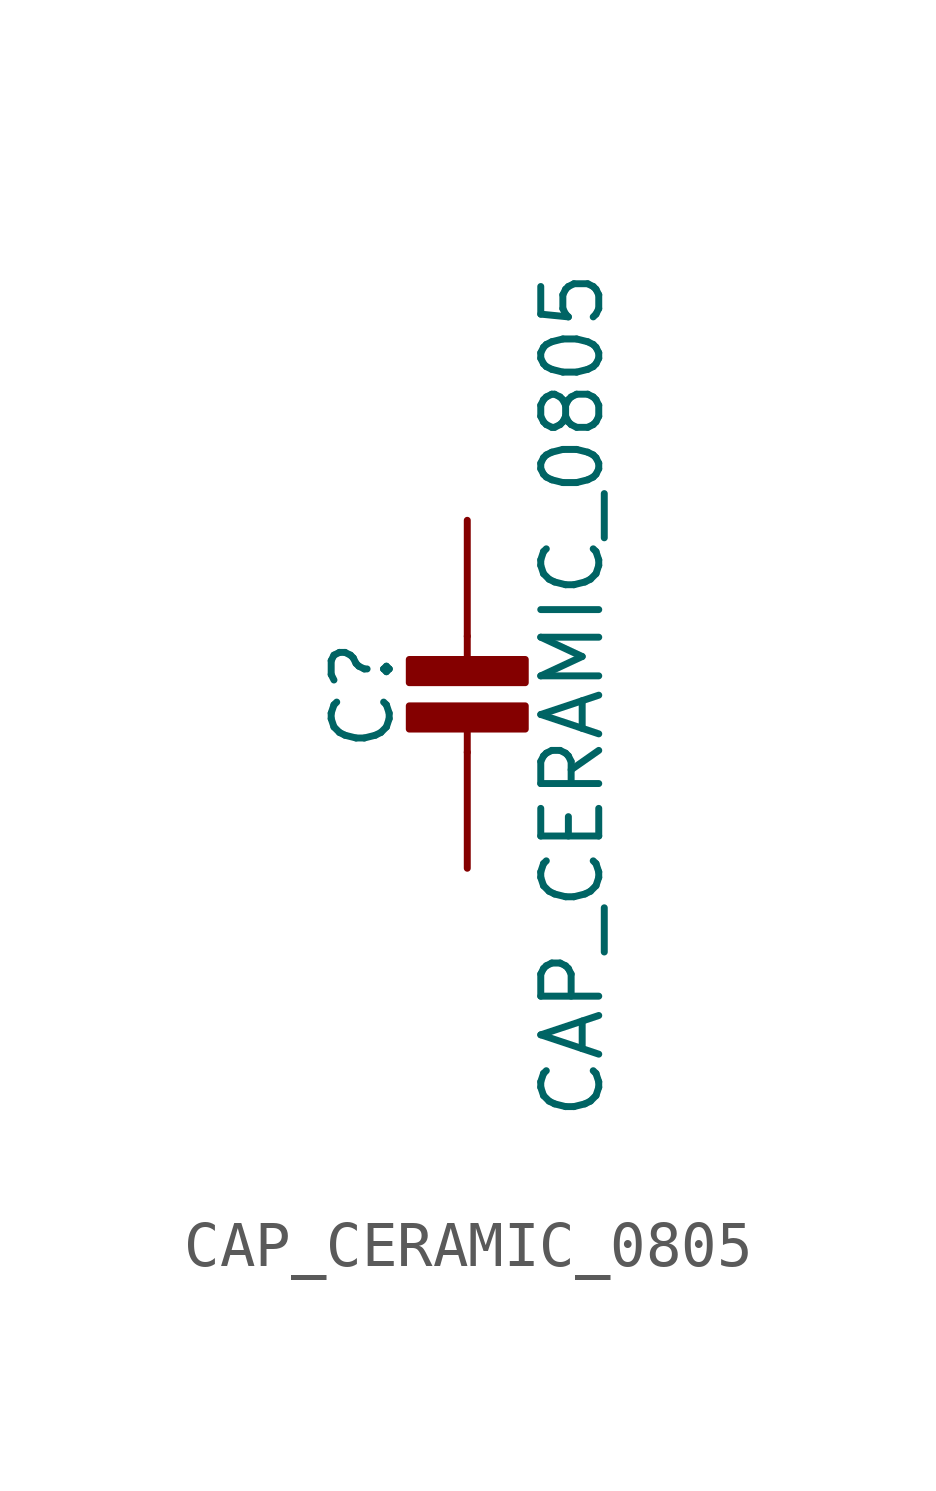
<source format=kicad_sym>
(kicad_symbol_lib
  (version 20211014)
  (generator kicad_symbol_editor)
  (symbol "CAP_CERAMIC_0805"
    (property "Reference" "C"
      (at -2.29 1.25 90)
      (effects (font (size 1.27 1.27))))
    (property "Value" "CAP_CERAMIC_0805"
      (at 2.3 1.25 90)
      (effects (font (size 1.27 1.27))))
    (property "ki_locked" ""
      (at 0 0 0)
      (effects (font (size 1.27 1.27))))
    (symbol "CAP_CERAMIC_0805_1_0"
      (rectangle (start -1.27 0.508) (end 1.27 1.016) (stroke (width 0) (type default) (color 0 0 0 0)) (fill (type outline)))
      (rectangle (start -1.27 1.524) (end 1.27 2.032) (stroke (width 0) (type default) (color 0 0 0 0)) (fill (type outline)))
      (polyline (pts (xy 0 0.762) (xy 0 0)) (stroke (width 0.152) (type default) (color 0 0 0 0)) (fill (type none)))
      (polyline (pts (xy 0 2.54) (xy 0 1.778)) (stroke (width 0.152) (type default) (color 0 0 0 0)) (fill (type none)))
      (pin passive line (at 0 5.08 270) (length 2.54) (name "1" (effects (font (size 0 0)))) (number "1" (effects (font (size 0 0)))))
      (pin passive line (at 0 -2.54 90) (length 2.54) (name "2" (effects (font (size 0 0)))) (number "2" (effects (font (size 0 0))))))))
</source>
